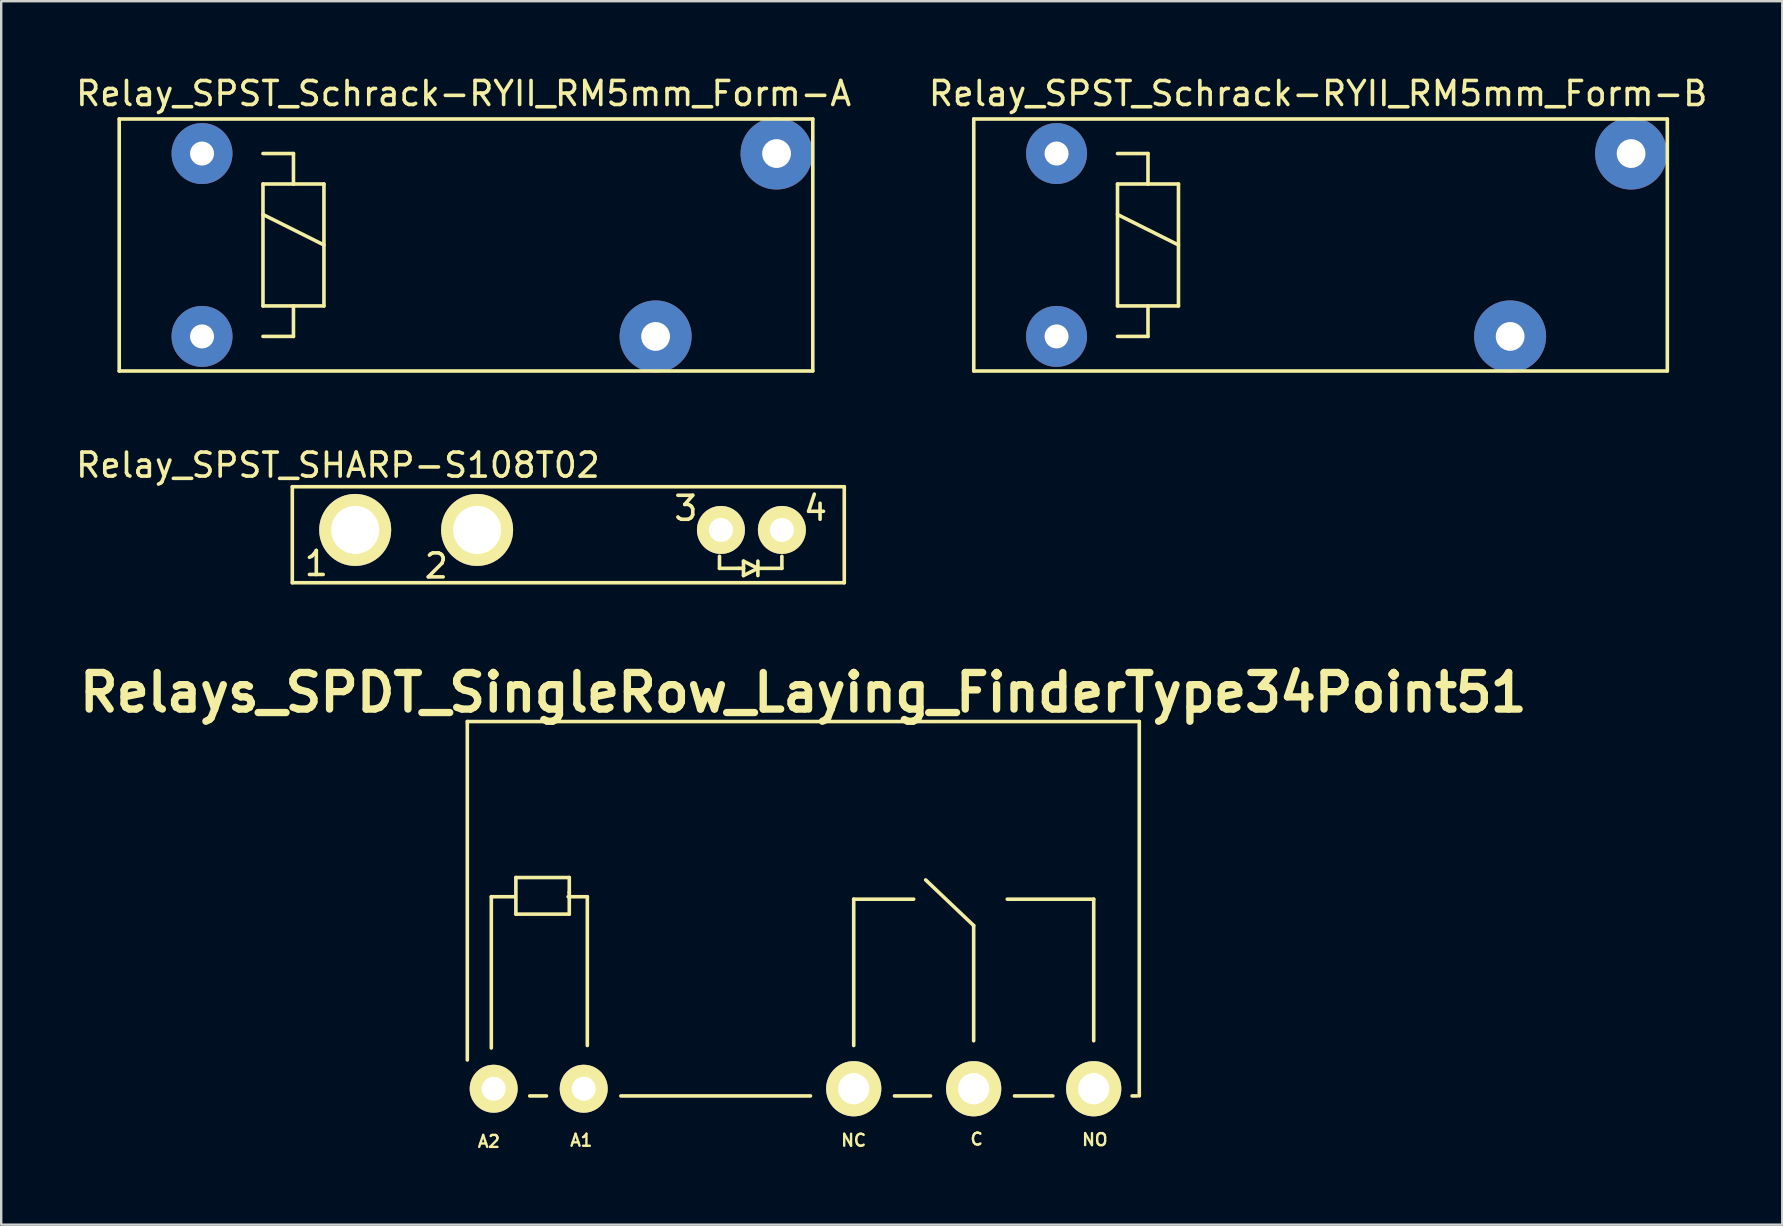
<source format=kicad_pcb>
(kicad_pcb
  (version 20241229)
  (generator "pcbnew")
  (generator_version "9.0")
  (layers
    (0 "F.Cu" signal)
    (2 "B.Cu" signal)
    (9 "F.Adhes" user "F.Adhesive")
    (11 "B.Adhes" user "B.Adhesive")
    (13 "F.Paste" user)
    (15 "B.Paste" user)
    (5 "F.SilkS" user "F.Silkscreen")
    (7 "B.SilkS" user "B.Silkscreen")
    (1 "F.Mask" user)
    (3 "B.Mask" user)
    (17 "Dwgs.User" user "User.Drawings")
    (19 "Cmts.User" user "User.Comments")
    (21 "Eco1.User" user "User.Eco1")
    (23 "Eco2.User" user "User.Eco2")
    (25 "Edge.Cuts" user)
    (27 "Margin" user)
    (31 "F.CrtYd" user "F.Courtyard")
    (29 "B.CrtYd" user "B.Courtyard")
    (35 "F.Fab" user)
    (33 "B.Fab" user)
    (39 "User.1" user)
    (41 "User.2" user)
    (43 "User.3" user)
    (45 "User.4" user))
  (footprint "Relay_SPST_Schrack-RYII_RM5mm_Form-A"
    (layer "F.Cu")
    (at 5.368 3.348)
    (property "Reference" "Relay_SPST_Schrack-RYII_RM5mm_Form-A" (at 10.9 -2.5 0) (layer "F.SilkS") (effects (font (size 1 1) (thickness 0.15))))
    (attr through_hole)
    (fp_line (start -3.45 -1.44) (end 25.45 -1.44) (stroke (width 0.15) (type solid)) (layer "F.SilkS"))
    (fp_line (start -3.45 9.06) (end -3.45 -1.44) (stroke (width 0.15) (type solid)) (layer "F.SilkS"))
    (fp_line (start 2.54 0) (end 3.81 0) (stroke (width 0.15) (type solid)) (layer "F.SilkS"))
    (fp_line (start 2.54 1.27) (end 3.81 1.27) (stroke (width 0.15) (type solid)) (layer "F.SilkS"))
    (fp_line (start 2.54 2.54) (end 5.08 3.81) (stroke (width 0.15) (type solid)) (layer "F.SilkS"))
    (fp_line (start 2.54 6.35) (end 2.54 1.27) (stroke (width 0.15) (type solid)) (layer "F.SilkS"))
    (fp_line (start 3.81 0) (end 3.81 1.27) (stroke (width 0.15) (type solid)) (layer "F.SilkS"))
    (fp_line (start 3.81 1.27) (end 5.08 1.27) (stroke (width 0.15) (type solid)) (layer "F.SilkS"))
    (fp_line (start 3.81 6.35) (end 3.81 7.62) (stroke (width 0.15) (type solid)) (layer "F.SilkS"))
    (fp_line (start 3.81 7.62) (end 2.54 7.62) (stroke (width 0.15) (type solid)) (layer "F.SilkS"))
    (fp_line (start 5.08 1.27) (end 5.08 6.35) (stroke (width 0.15) (type solid)) (layer "F.SilkS"))
    (fp_line (start 5.08 6.35) (end 2.54 6.35) (stroke (width 0.15) (type solid)) (layer "F.SilkS"))
    (fp_line (start 25.45 -1.44) (end 25.45 9.06) (stroke (width 0.15) (type solid)) (layer "F.SilkS"))
    (fp_line (start 25.45 9.06) (end -3.45 9.06) (stroke (width 0.15) (type solid)) (layer "F.SilkS"))
    (pad "11" thru_hole circle (at 18.9 7.62) (size 3 3) (drill 1.2) (layers "*.Cu" "*.Mask"))
    (pad "14" thru_hole circle (at 23.94 0) (size 3 3) (drill 1.2) (layers "*.Cu" "*.Mask"))
    (pad "A1" thru_hole circle (at 0 0) (size 2.54 2.54) (drill 1) (layers "*.Cu" "*.Mask"))
    (pad "A2" thru_hole circle (at 0 7.62) (size 2.54 2.54) (drill 1) (layers "*.Cu" "*.Mask")))
  (footprint "Relay_SPST_Schrack-RYII_RM5mm_Form-B"
    (layer "F.Cu")
    (at 40.975 3.348)
    (property "Reference" "Relay_SPST_Schrack-RYII_RM5mm_Form-B" (at 10.9 -2.5 0) (layer "F.SilkS") (effects (font (size 1 1) (thickness 0.15))))
    (attr through_hole)
    (fp_line (start -3.45 -1.44) (end 25.45 -1.44) (stroke (width 0.15) (type solid)) (layer "F.SilkS"))
    (fp_line (start -3.45 9.06) (end -3.45 -1.44) (stroke (width 0.15) (type solid)) (layer "F.SilkS"))
    (fp_line (start 2.54 0) (end 3.81 0) (stroke (width 0.15) (type solid)) (layer "F.SilkS"))
    (fp_line (start 2.54 1.27) (end 3.81 1.27) (stroke (width 0.15) (type solid)) (layer "F.SilkS"))
    (fp_line (start 2.54 2.54) (end 5.08 3.81) (stroke (width 0.15) (type solid)) (layer "F.SilkS"))
    (fp_line (start 2.54 6.35) (end 2.54 1.27) (stroke (width 0.15) (type solid)) (layer "F.SilkS"))
    (fp_line (start 3.81 0) (end 3.81 1.27) (stroke (width 0.15) (type solid)) (layer "F.SilkS"))
    (fp_line (start 3.81 1.27) (end 5.08 1.27) (stroke (width 0.15) (type solid)) (layer "F.SilkS"))
    (fp_line (start 3.81 6.35) (end 3.81 7.62) (stroke (width 0.15) (type solid)) (layer "F.SilkS"))
    (fp_line (start 3.81 7.62) (end 2.54 7.62) (stroke (width 0.15) (type solid)) (layer "F.SilkS"))
    (fp_line (start 5.08 1.27) (end 5.08 6.35) (stroke (width 0.15) (type solid)) (layer "F.SilkS"))
    (fp_line (start 5.08 6.35) (end 2.54 6.35) (stroke (width 0.15) (type solid)) (layer "F.SilkS"))
    (fp_line (start 25.45 -1.44) (end 25.45 9.06) (stroke (width 0.15) (type solid)) (layer "F.SilkS"))
    (fp_line (start 25.45 9.06) (end -3.45 9.06) (stroke (width 0.15) (type solid)) (layer "F.SilkS"))
    (pad "11" thru_hole circle (at 18.9 7.62) (size 3 3) (drill 1.2) (layers "*.Cu" "*.Mask"))
    (pad "12" thru_hole circle (at 23.94 0) (size 3 3) (drill 1.2) (layers "*.Cu" "*.Mask"))
    (pad "A1" thru_hole circle (at 0 0) (size 2.54 2.54) (drill 1) (layers "*.Cu" "*.Mask"))
    (pad "A2" thru_hole circle (at 0 7.62) (size 2.54 2.54) (drill 1) (layers "*.Cu" "*.Mask")))
  (footprint "Relay_SPST_SHARP-S108T02"
    (layer "F.Cu")
    (at 20.63 19.032)
    (property "Reference" "Relay_SPST_SHARP-S108T02" (at -9.6 -2.7 0) (layer "F.SilkS") (effects (font (size 1 1) (thickness 0.15))))
    (attr through_hole)
    (fp_line (start -11.5 -1.8) (end -11.5 2.2) (stroke (width 0.15) (type solid)) (layer "F.SilkS"))
    (fp_line (start -11.5 -1.8) (end 11.5 -1.8) (stroke (width 0.15) (type solid)) (layer "F.SilkS"))
    (fp_line (start -11.5 2.2) (end 11.5 2.2) (stroke (width 0.15) (type solid)) (layer "F.SilkS"))
    (fp_line (start 6.3 1.1) (end 6.3 1.6) (stroke (width 0.15) (type solid)) (layer "F.SilkS"))
    (fp_line (start 6.3 1.6) (end 7.1 1.6) (stroke (width 0.15) (type solid)) (layer "F.SilkS"))
    (fp_line (start 7.1 1.6) (end 7.3 1.6) (stroke (width 0.15) (type solid)) (layer "F.SilkS"))
    (fp_line (start 7.3 1.3) (end 7.9 1.6) (stroke (width 0.15) (type solid)) (layer "F.SilkS"))
    (fp_line (start 7.3 1.6) (end 7.3 1.3) (stroke (width 0.15) (type solid)) (layer "F.SilkS"))
    (fp_line (start 7.3 1.9) (end 7.3 1.6) (stroke (width 0.15) (type solid)) (layer "F.SilkS"))
    (fp_line (start 7.9 1.3) (end 7.9 1.9) (stroke (width 0.15) (type solid)) (layer "F.SilkS"))
    (fp_line (start 7.9 1.6) (end 7.3 1.9) (stroke (width 0.15) (type solid)) (layer "F.SilkS"))
    (fp_line (start 7.9 1.6) (end 8.9 1.6) (stroke (width 0.15) (type solid)) (layer "F.SilkS"))
    (fp_line (start 8.9 1.6) (end 8.9 1.1) (stroke (width 0.15) (type solid)) (layer "F.SilkS"))
    (fp_line (start 11.5 -1.8) (end 11.5 2.2) (stroke (width 0.15) (type solid)) (layer "F.SilkS"))
    (fp_text user "2" (at -5.5 1.5 0) (layer "F.SilkS") (effects (font (size 1 1) (thickness 0.15))))
    (fp_text user "3" (at 4.9 -0.9 0) (layer "F.SilkS") (effects (font (size 1 1) (thickness 0.15))))
    (fp_text user "4" (at 10.3 -0.9 0) (layer "F.SilkS") (effects (font (size 1 1) (thickness 0.15))))
    (fp_text user "1" (at -10.5 1.4 0) (layer "F.SilkS") (effects (font (size 1 1) (thickness 0.15))))
    (pad "1" thru_hole circle (at -8.88 0 180) (size 3 3) (drill 2) (layers "*.Cu" "*.Mask" "F.SilkS"))
    (pad "2" thru_hole circle (at -3.8 0 180) (size 3 3) (drill 2) (layers "*.Cu" "*.Mask" "F.SilkS"))
    (pad "3" thru_hole circle (at 6.36 0 180) (size 1.999 1.999) (drill 1.001) (layers "*.Cu" "*.Mask" "F.SilkS"))
    (pad "4" thru_hole circle (at 8.9 0 180) (size 1.999 1.999) (drill 1.001) (layers "*.Cu" "*.Mask" "F.SilkS")))
  (footprint "Relays_SPDT_SingleRow_Laying_FinderType34Point51"
    (layer "F.Cu")
    (at 30.422 42.316)
    (property "Reference" "Relays_SPDT_SingleRow_Laying_FinderType34Point51" (at 0 -16.51 0) (layer "F.SilkS") (effects (font (size 1.524 1.524) (thickness 0.305))))
    (attr through_hole)
    (fp_line (start -14 -15.301) (end -14 -1.199) (stroke (width 0.15) (type solid)) (layer "F.SilkS"))
    (fp_line (start -13 -8.001) (end -13 -1.699) (stroke (width 0.15) (type solid)) (layer "F.SilkS"))
    (fp_line (start -11.999 -8.001) (end -13 -8.001) (stroke (width 0.15) (type solid)) (layer "F.SilkS"))
    (fp_line (start -11.976 -8.801) (end -11.976 -7.275) (stroke (width 0.15) (type solid)) (layer "F.SilkS"))
    (fp_line (start -11.976 -7.275) (end -9.751 -7.275) (stroke (width 0.15) (type solid)) (layer "F.SilkS"))
    (fp_line (start -10.701 0.3) (end -11.4 0.3) (stroke (width 0.15) (type solid)) (layer "F.SilkS"))
    (fp_line (start -9.799 -8.001) (end -8.999 -8.001) (stroke (width 0.15) (type solid)) (layer "F.SilkS"))
    (fp_line (start -9.751 -8.801) (end -11.976 -8.801) (stroke (width 0.15) (type solid)) (layer "F.SilkS"))
    (fp_line (start -9.751 -8.151) (end -9.751 -8.801) (stroke (width 0.15) (type solid)) (layer "F.SilkS"))
    (fp_line (start -9.751 -7.275) (end -9.751 -8.202) (stroke (width 0.15) (type solid)) (layer "F.SilkS"))
    (fp_line (start -8.999 -8.001) (end -8.999 -1.801) (stroke (width 0.15) (type solid)) (layer "F.SilkS"))
    (fp_line (start 0.3 0.3) (end -7.6 0.3) (stroke (width 0.15) (type solid)) (layer "F.SilkS"))
    (fp_line (start 2.101 -7.899) (end 2.101 -1.801) (stroke (width 0.15) (type solid)) (layer "F.SilkS"))
    (fp_line (start 4.6 -7.899) (end 2.101 -7.899) (stroke (width 0.15) (type solid)) (layer "F.SilkS"))
    (fp_line (start 5.301 0.3) (end 3.8 0.3) (stroke (width 0.15) (type solid)) (layer "F.SilkS"))
    (fp_line (start 7.099 -6.8) (end 5.1 -8.7) (stroke (width 0.15) (type solid)) (layer "F.SilkS"))
    (fp_line (start 7.099 -1.999) (end 7.099 -6.8) (stroke (width 0.15) (type solid)) (layer "F.SilkS"))
    (fp_line (start 8.499 -7.899) (end 12.101 -7.899) (stroke (width 0.15) (type solid)) (layer "F.SilkS"))
    (fp_line (start 10.399 0.3) (end 8.801 0.3) (stroke (width 0.15) (type solid)) (layer "F.SilkS"))
    (fp_line (start 12.101 -7.899) (end 12.101 -1.999) (stroke (width 0.15) (type solid)) (layer "F.SilkS"))
    (fp_line (start 13.899 0.3) (end 13.701 0.3) (stroke (width 0.15) (type solid)) (layer "F.SilkS"))
    (fp_line (start 14 -15.301) (end -14 -15.301) (stroke (width 0.15) (type solid)) (layer "F.SilkS"))
    (fp_line (start 14 -15.301) (end 14 0.3) (stroke (width 0.15) (type solid)) (layer "F.SilkS"))
    (fp_text user "A1" (at -9.251 2.149 0) (layer "F.SilkS") (effects (font (size 0.5 0.5) (thickness 0.099))))
    (fp_text user "A2" (at -13.101 2.197 0) (layer "F.SilkS") (effects (font (size 0.5 0.5) (thickness 0.099))))
    (fp_text user "NO" (at 12.149 2.123 0) (layer "F.SilkS") (effects (font (size 0.5 0.5) (thickness 0.099))))
    (fp_text user "C" (at 7.224 2.101 0) (layer "F.SilkS") (effects (font (size 0.5 0.5) (thickness 0.099))))
    (fp_text user "NC" (at 2.098 2.149 0) (layer "F.SilkS") (effects (font (size 0.5 0.5) (thickness 0.099))))
    (pad "11" thru_hole circle (at 7.099 0) (size 2.301 2.301) (drill 1.3) (layers "*.Cu" "*.Mask" "F.SilkS"))
    (pad "12" thru_hole circle (at 2.101 0) (size 2.301 2.301) (drill 1.3) (layers "*.Cu" "*.Mask" "F.SilkS"))
    (pad "14" thru_hole circle (at 12.101 0) (size 2.301 2.301) (drill 1.3) (layers "*.Cu" "*.Mask" "F.SilkS"))
    (pad "A1" thru_hole circle (at -9.149 0) (size 1.999 1.999) (drill 1.001) (layers "*.Cu" "*.Mask" "F.SilkS"))
    (pad "A2" thru_hole circle (at -12.901 0) (size 1.999 1.999) (drill 1.001) (layers "*.Cu" "*.Mask" "F.SilkS")))
  (gr_rect
    (start -3 -3)
    (end 71.214 47.98)
    (stroke (width 0.1) (type default))
    (fill no)
    (layer "Edge.Cuts")))
</source>
